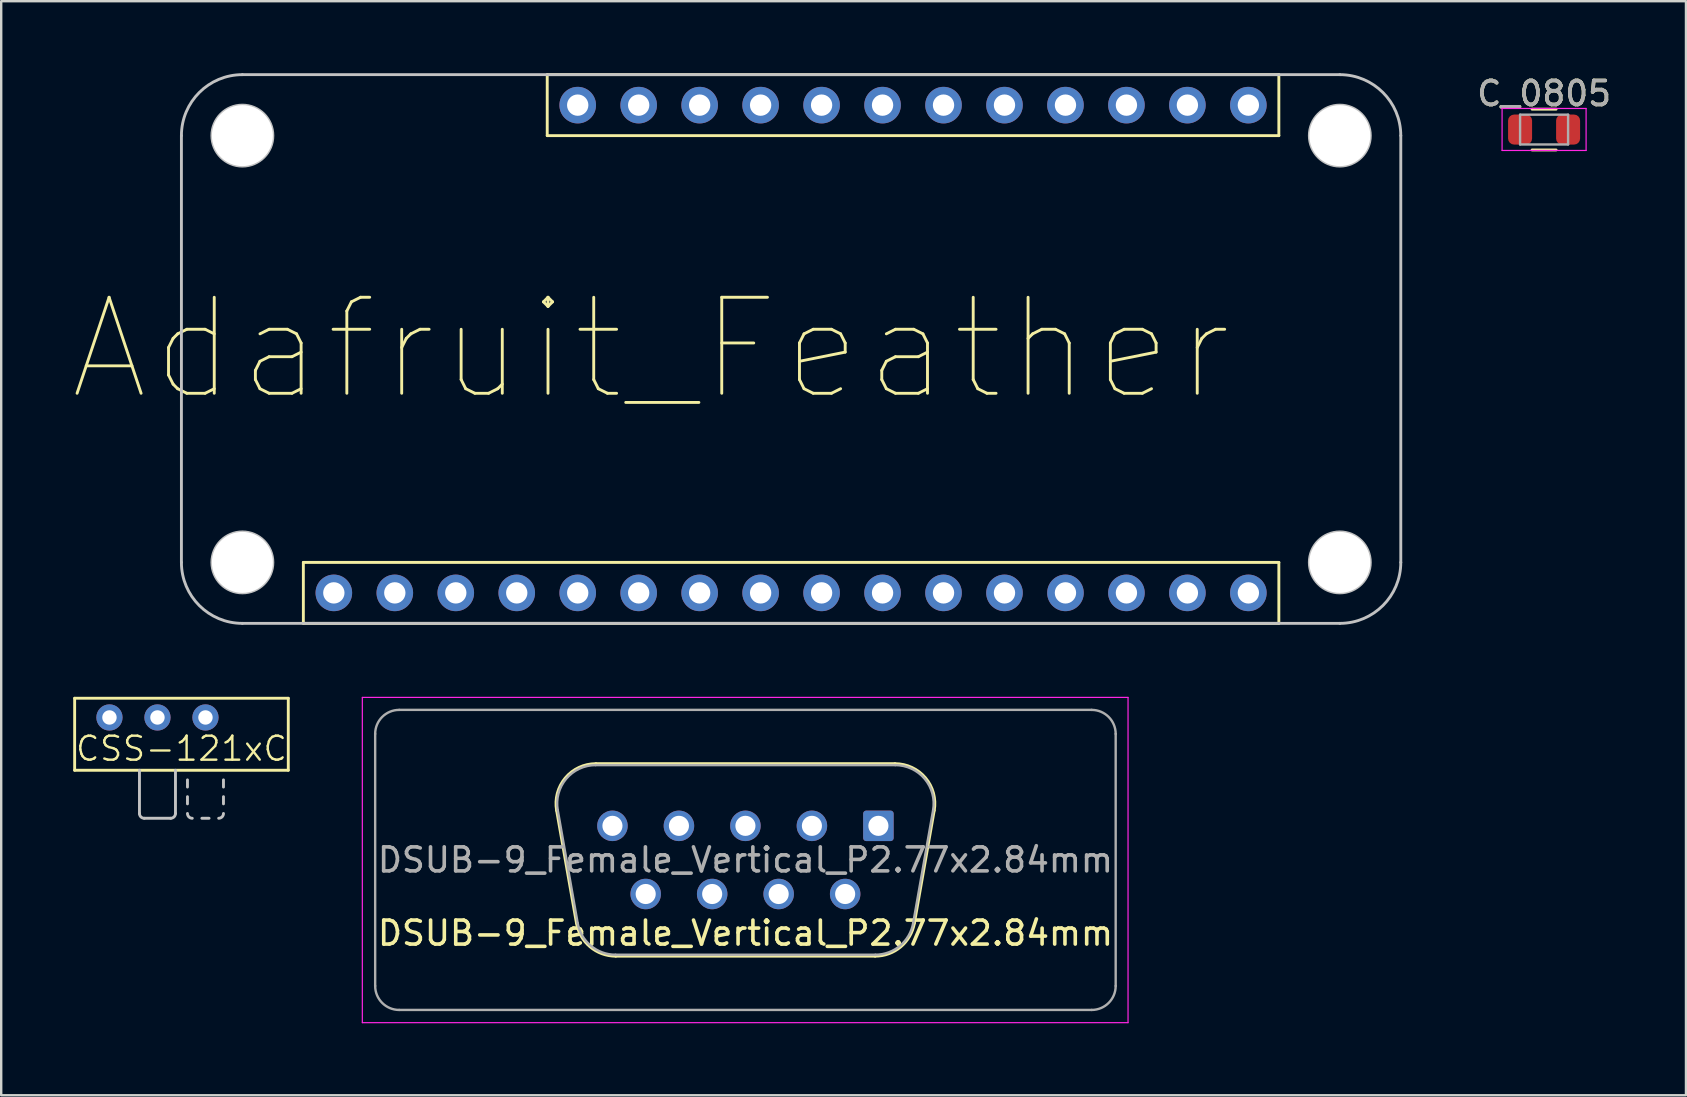
<source format=kicad_pcb>
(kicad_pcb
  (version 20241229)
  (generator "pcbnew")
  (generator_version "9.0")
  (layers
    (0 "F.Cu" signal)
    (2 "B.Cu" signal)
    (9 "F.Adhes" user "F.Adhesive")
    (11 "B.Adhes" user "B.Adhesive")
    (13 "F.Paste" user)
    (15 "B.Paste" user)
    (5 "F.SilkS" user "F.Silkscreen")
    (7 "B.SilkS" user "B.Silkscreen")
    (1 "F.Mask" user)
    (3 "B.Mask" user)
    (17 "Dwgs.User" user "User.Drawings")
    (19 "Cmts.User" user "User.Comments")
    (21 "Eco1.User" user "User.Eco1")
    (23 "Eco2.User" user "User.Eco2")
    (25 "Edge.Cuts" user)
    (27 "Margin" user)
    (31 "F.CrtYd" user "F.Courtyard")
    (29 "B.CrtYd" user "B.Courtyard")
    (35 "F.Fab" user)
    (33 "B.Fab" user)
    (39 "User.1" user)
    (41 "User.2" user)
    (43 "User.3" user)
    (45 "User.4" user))
  (footprint "DSUB-9_Female_Vertical_P2.77x2.84mm"
    (layer "F.Cu")
    (at 33.545 31.355)
    (property "Reference" "DSUB-9_Female_Vertical_P2.77x2.84mm" (at -5.537 4.47 0) (layer "F.SilkS") (effects (font (size 1 1) (thickness 0.15))))
    (attr through_hole)
    (fp_line (start -13.406 -0.642) (end -12.578 4.058) (stroke (width 0.12) (type solid)) (layer "F.SilkS"))
    (fp_line (start -11.772 -2.59) (end 0.692 -2.59) (stroke (width 0.12) (type solid)) (layer "F.SilkS"))
    (fp_line (start -10.943 5.43) (end -0.137 5.43) (stroke (width 0.12) (type solid)) (layer "F.SilkS"))
    (fp_line (start 2.326 -0.642) (end 1.498 4.058) (stroke (width 0.12) (type solid)) (layer "F.SilkS"))
    (fp_arc (start -13.40647 -0.641744) (mid -13.043323 -1.997028) (end -11.771689 -2.59) (stroke (width 0.12) (type solid)) (layer "F.SilkS"))
    (fp_arc (start -10.942952 5.43) (mid -12.009979 5.041634) (end -12.577733 4.058256) (stroke (width 0.12) (type solid)) (layer "F.SilkS"))
    (fp_arc (start 0.691689 -2.59) (mid 1.963323 -1.997027) (end 2.32647 -0.641744) (stroke (width 0.12) (type solid)) (layer "F.SilkS"))
    (fp_arc (start 1.497733 4.058256) (mid 0.92998 5.041634) (end -0.137048 5.43) (stroke (width 0.12) (type solid)) (layer "F.SilkS"))
    (fp_line (start -21.5 -5.35) (end -21.5 8.2) (stroke (width 0.05) (type solid)) (layer "F.CrtYd"))
    (fp_line (start -21.5 8.2) (end 10.4 8.2) (stroke (width 0.05) (type solid)) (layer "F.CrtYd"))
    (fp_line (start 10.4 -5.35) (end -21.5 -5.35) (stroke (width 0.05) (type solid)) (layer "F.CrtYd"))
    (fp_line (start 10.4 8.2) (end 10.4 -5.35) (stroke (width 0.05) (type solid)) (layer "F.CrtYd"))
    (fp_line (start -20.965 6.67) (end -20.965 -3.83) (stroke (width 0.1) (type solid)) (layer "F.Fab"))
    (fp_line (start -19.965 -4.83) (end 8.885 -4.83) (stroke (width 0.1) (type solid)) (layer "F.Fab"))
    (fp_line (start -13.359 -0.652) (end -12.53 4.048) (stroke (width 0.1) (type solid)) (layer "F.Fab"))
    (fp_line (start -11.783 -2.53) (end 0.703 -2.53) (stroke (width 0.1) (type solid)) (layer "F.Fab"))
    (fp_line (start -10.954 5.37) (end -0.126 5.37) (stroke (width 0.1) (type solid)) (layer "F.Fab"))
    (fp_line (start 2.279 -0.652) (end 1.45 4.048) (stroke (width 0.1) (type solid)) (layer "F.Fab"))
    (fp_line (start 8.885 7.67) (end -19.965 7.67) (stroke (width 0.1) (type solid)) (layer "F.Fab"))
    (fp_line (start 9.885 -3.83) (end 9.885 6.67) (stroke (width 0.1) (type solid)) (layer "F.Fab"))
    (fp_arc (start -20.965 -3.83) (mid -20.672107 -4.537107) (end -19.965 -4.83) (stroke (width 0.1) (type solid)) (layer "F.Fab"))
    (fp_arc (start -19.965 7.67) (mid -20.672107 7.377107) (end -20.965 6.67) (stroke (width 0.1) (type solid)) (layer "F.Fab"))
    (fp_arc (start -13.358886 -0.652163) (mid -13.008865 -1.95846) (end -11.783194 -2.53) (stroke (width 0.1) (type solid)) (layer "F.Fab"))
    (fp_arc (start -10.954457 5.37) (mid -11.982917 4.995671) (end -12.530149 4.047837) (stroke (width 0.1) (type solid)) (layer "F.Fab"))
    (fp_arc (start 0.703194 -2.53) (mid 1.928865 -1.95846) (end 2.278886 -0.652163) (stroke (width 0.1) (type solid)) (layer "F.Fab"))
    (fp_arc (start 1.450149 4.047837) (mid 0.902917 4.995671) (end -0.125543 5.37) (stroke (width 0.1) (type solid)) (layer "F.Fab"))
    (fp_arc (start 8.885 -4.83) (mid 9.592107 -4.537107) (end 9.885 -3.83) (stroke (width 0.1) (type solid)) (layer "F.Fab"))
    (fp_arc (start 9.885 6.67) (mid 9.592107 7.377107) (end 8.885 7.67) (stroke (width 0.1) (type solid)) (layer "F.Fab"))
    (fp_text user "${REFERENCE}" (at -5.54 1.42 0) (layer "F.Fab") (effects (font (size 1 1) (thickness 0.15))))
    (pad "1" thru_hole roundrect (at 0 0) (size 1.27 1.27) (drill 0.838) (layers "*.Cu" "*.Mask") (roundrect_rratio 0.1))
    (pad "2" thru_hole circle (at -2.77 0) (size 1.27 1.27) (drill 0.838) (layers "*.Cu" "*.Mask"))
    (pad "3" thru_hole circle (at -5.54 0) (size 1.27 1.27) (drill 0.838) (layers "*.Cu" "*.Mask"))
    (pad "4" thru_hole circle (at -8.31 0) (size 1.27 1.27) (drill 0.838) (layers "*.Cu" "*.Mask"))
    (pad "5" thru_hole circle (at -11.08 0) (size 1.27 1.27) (drill 0.838) (layers "*.Cu" "*.Mask"))
    (pad "6" thru_hole circle (at -1.385 2.84) (size 1.27 1.27) (drill 0.838) (layers "*.Cu" "*.Mask"))
    (pad "7" thru_hole circle (at -4.155 2.84) (size 1.27 1.27) (drill 0.838) (layers "*.Cu" "*.Mask"))
    (pad "8" thru_hole circle (at -6.925 2.84) (size 1.27 1.27) (drill 0.838) (layers "*.Cu" "*.Mask"))
    (pad "9" thru_hole circle (at -9.695 2.84) (size 1.27 1.27) (drill 0.838) (layers "*.Cu" "*.Mask")))
  (footprint "CSS-121xC"
    (layer "F.Cu")
    (at 4.51 26.84)
    (property "Reference" "CSS-121xC" (at 0 1.3 0) (layer "F.SilkS") (effects (font (size 1 1) (thickness 0.1))))
    (attr through_hole)
    (fp_line (start -4.45 -0.8) (end -4.45 2.2) (stroke (width 0.12) (type solid)) (layer "F.SilkS"))
    (fp_line (start -4.45 -0.8) (end 4.45 -0.8) (stroke (width 0.12) (type solid)) (layer "F.SilkS"))
    (fp_line (start -4.45 2.2) (end 4.45 2.2) (stroke (width 0.12) (type solid)) (layer "F.SilkS"))
    (fp_line (start 4.45 -0.8) (end 4.45 2.2) (stroke (width 0.12) (type solid)) (layer "F.SilkS"))
    (fp_line (start -1.75 4) (end -1.75 2.2) (stroke (width 0.12) (type solid)) (layer "Dwgs.User"))
    (fp_line (start -0.45 4.2) (end -1.55 4.2) (stroke (width 0.12) (type solid)) (layer "Dwgs.User"))
    (fp_line (start -0.25 2.2) (end -0.25 4) (stroke (width 0.12) (type solid)) (layer "Dwgs.User"))
    (fp_line (start 0.25 2.9) (end 0.25 2.6) (stroke (width 0.12) (type solid)) (layer "Dwgs.User"))
    (fp_line (start 0.25 3.6) (end 0.25 3.3) (stroke (width 0.12) (type solid)) (layer "Dwgs.User"))
    (fp_line (start 1.15 4.2) (end 0.85 4.2) (stroke (width 0.12) (type solid)) (layer "Dwgs.User"))
    (fp_line (start 1.75 2.6) (end 1.75 2.9) (stroke (width 0.12) (type solid)) (layer "Dwgs.User"))
    (fp_line (start 1.75 3.3) (end 1.75 3.6) (stroke (width 0.12) (type solid)) (layer "Dwgs.User"))
    (fp_arc (start -1.55 4.2) (mid -1.691421 4.141421) (end -1.75 4) (stroke (width 0.12) (type solid)) (layer "Dwgs.User"))
    (fp_arc (start -0.25 4) (mid -0.308579 4.141421) (end -0.45 4.2) (stroke (width 0.12) (type solid)) (layer "Dwgs.User"))
    (fp_arc (start 0.45 4.2) (mid 0.308579 4.141421) (end 0.25 4) (stroke (width 0.12) (type solid)) (layer "Dwgs.User"))
    (fp_arc (start 1.75 4) (mid 1.691421 4.141421) (end 1.55 4.2) (stroke (width 0.12) (type solid)) (layer "Dwgs.User"))
    (pad "1" thru_hole circle (at -3 0) (size 1.092 1.092) (drill 0.6) (layers "*.Cu" "*.Mask"))
    (pad "2" thru_hole circle (at -1 0) (size 1.092 1.092) (drill 0.6) (layers "*.Cu" "*.Mask"))
    (pad "3" thru_hole circle (at 1 0) (size 1.092 1.092) (drill 0.6) (layers "*.Cu" "*.Mask")))
  (footprint "C_0805"
    (layer "F.Cu")
    (at 61.278 2.348)
    (property "Reference" "C_0805" (at 0 -1.5 0) (layer "F.SilkS") (effects (font (size 1 1) (thickness 0.15))))
    (attr smd)
    (fp_line (start -0.5 0.85) (end 0.5 0.85) (stroke (width 0.12) (type solid)) (layer "F.SilkS"))
    (fp_line (start 0.5 -0.85) (end -0.5 -0.85) (stroke (width 0.12) (type solid)) (layer "F.SilkS"))
    (fp_line (start -1.75 -0.88) (end -1.75 0.87) (stroke (width 0.05) (type solid)) (layer "F.CrtYd"))
    (fp_line (start -1.75 -0.88) (end 1.75 -0.88) (stroke (width 0.05) (type solid)) (layer "F.CrtYd"))
    (fp_line (start 1.75 0.87) (end -1.75 0.87) (stroke (width 0.05) (type solid)) (layer "F.CrtYd"))
    (fp_line (start 1.75 0.87) (end 1.75 -0.88) (stroke (width 0.05) (type solid)) (layer "F.CrtYd"))
    (fp_line (start -1 -0.62) (end 1 -0.62) (stroke (width 0.1) (type solid)) (layer "F.Fab"))
    (fp_line (start -1 0.62) (end -1 -0.62) (stroke (width 0.1) (type solid)) (layer "F.Fab"))
    (fp_line (start 1 -0.62) (end 1 0.62) (stroke (width 0.1) (type solid)) (layer "F.Fab"))
    (fp_line (start 1 0.62) (end -1 0.62) (stroke (width 0.1) (type solid)) (layer "F.Fab"))
    (fp_text user "${REFERENCE}" (at 0 -1.5 0) (layer "F.Fab") (effects (font (size 1 1) (thickness 0.15))))
    (pad "1" smd roundrect (at -1 0) (size 1 1.25) (layers "F.Cu" "F.Mask" "F.Paste") (roundrect_rratio 0.25))
    (pad "2" smd roundrect (at 1 0) (size 1 1.25) (layers "F.Cu" "F.Mask" "F.Paste") (roundrect_rratio 0.25)))
  (footprint "Adafruit_Feather"
    (layer "F.Cu")
    (at 29.908 11.49)
    (property "Reference" "Adafruit_Feather" (at -5.842 0 0) (layer "F.SilkS") (effects (font (size 4 4) (thickness 0.12))))
    (attr through_hole)
    (fp_line (start -20.32 8.89) (end -20.32 11.43) (stroke (width 0.12) (type solid)) (layer "F.SilkS"))
    (fp_line (start -20.32 11.43) (end 20.32 11.43) (stroke (width 0.12) (type solid)) (layer "F.SilkS"))
    (fp_line (start -10.16 -11.43) (end -10.16 -8.89) (stroke (width 0.12) (type solid)) (layer "F.SilkS"))
    (fp_line (start -10.16 -8.89) (end 20.32 -8.89) (stroke (width 0.12) (type solid)) (layer "F.SilkS"))
    (fp_line (start 20.32 -11.43) (end -10.16 -11.43) (stroke (width 0.12) (type solid)) (layer "F.SilkS"))
    (fp_line (start 20.32 -8.89) (end 20.32 -11.43) (stroke (width 0.12) (type solid)) (layer "F.SilkS"))
    (fp_line (start 20.32 8.89) (end -20.32 8.89) (stroke (width 0.12) (type solid)) (layer "F.SilkS"))
    (fp_line (start 20.32 11.43) (end 20.32 8.89) (stroke (width 0.12) (type solid)) (layer "F.SilkS"))
    (fp_line (start -25.4 8.89) (end -25.4 -8.89) (stroke (width 0.12) (type solid)) (layer "Dwgs.User"))
    (fp_line (start -22.86 -11.43) (end 22.86 -11.43) (stroke (width 0.12) (type solid)) (layer "Dwgs.User"))
    (fp_line (start 22.86 11.43) (end -22.86 11.43) (stroke (width 0.12) (type solid)) (layer "Dwgs.User"))
    (fp_line (start 25.4 -8.89) (end 25.4 8.89) (stroke (width 0.12) (type solid)) (layer "Dwgs.User"))
    (fp_arc (start -25.4 -8.89) (mid -24.656051 -10.686051) (end -22.86 -11.43) (stroke (width 0.12) (type solid)) (layer "Dwgs.User"))
    (fp_arc (start -22.86 11.43) (mid -24.656051 10.686051) (end -25.4 8.89) (stroke (width 0.12) (type solid)) (layer "Dwgs.User"))
    (fp_arc (start 22.86 -11.43) (mid 24.656051 -10.686051) (end 25.4 -8.89) (stroke (width 0.12) (type solid)) (layer "Dwgs.User"))
    (fp_arc (start 25.4 8.89) (mid 24.656051 10.686051) (end 22.86 11.43) (stroke (width 0.12) (type solid)) (layer "Dwgs.User"))
    (fp_circle (center -22.86 -8.89) (end -21.59 -8.89) (stroke (width 0.12) (type solid)) (fill no) (layer "Dwgs.User"))
    (fp_circle (center -22.86 8.89) (end -21.59 8.89) (stroke (width 0.12) (type solid)) (fill no) (layer "Dwgs.User"))
    (fp_circle (center 22.86 -8.89) (end 24.13 -8.89) (stroke (width 0.12) (type solid)) (fill no) (layer "Dwgs.User"))
    (fp_circle (center 22.86 8.89) (end 24.13 8.89) (stroke (width 0.12) (type solid)) (fill no) (layer "Dwgs.User"))
    (pad "" np_thru_hole circle (at -22.86 -8.89) (size 2.54 2.54) (drill 2.54) (layers "*.Cu" "*.Mask"))
    (pad "" np_thru_hole circle (at -22.86 8.89) (size 2.54 2.54) (drill 2.54) (layers "*.Cu" "*.Mask"))
    (pad "" np_thru_hole circle (at 22.86 -8.89) (size 2.54 2.54) (drill 2.54) (layers "*.Cu" "*.Mask"))
    (pad "" np_thru_hole circle (at 22.86 8.89) (size 2.54 2.54) (drill 2.54) (layers "*.Cu" "*.Mask"))
    (pad "1" thru_hole circle (at -19.05 10.16) (size 1.524 1.524) (drill 0.889) (layers "*.Cu" "*.Mask"))
    (pad "2" thru_hole circle (at -16.51 10.16) (size 1.524 1.524) (drill 0.889) (layers "*.Cu" "*.Mask"))
    (pad "3" thru_hole circle (at -13.97 10.16) (size 1.524 1.524) (drill 0.889) (layers "*.Cu" "*.Mask"))
    (pad "4" thru_hole circle (at -11.43 10.16) (size 1.524 1.524) (drill 0.889) (layers "*.Cu" "*.Mask"))
    (pad "5" thru_hole circle (at -8.89 10.16) (size 1.524 1.524) (drill 0.889) (layers "*.Cu" "*.Mask"))
    (pad "6" thru_hole circle (at -6.35 10.16) (size 1.524 1.524) (drill 0.889) (layers "*.Cu" "*.Mask"))
    (pad "7" thru_hole circle (at -3.81 10.16) (size 1.524 1.524) (drill 0.889) (layers "*.Cu" "*.Mask"))
    (pad "8" thru_hole circle (at -1.27 10.16) (size 1.524 1.524) (drill 0.889) (layers "*.Cu" "*.Mask"))
    (pad "9" thru_hole circle (at 1.27 10.16) (size 1.524 1.524) (drill 0.889) (layers "*.Cu" "*.Mask"))
    (pad "10" thru_hole circle (at 3.81 10.16) (size 1.524 1.524) (drill 0.889) (layers "*.Cu" "*.Mask"))
    (pad "11" thru_hole circle (at 6.35 10.16) (size 1.524 1.524) (drill 0.889) (layers "*.Cu" "*.Mask"))
    (pad "12" thru_hole circle (at 8.89 10.16) (size 1.524 1.524) (drill 0.889) (layers "*.Cu" "*.Mask"))
    (pad "13" thru_hole circle (at 11.43 10.16) (size 1.524 1.524) (drill 0.889) (layers "*.Cu" "*.Mask"))
    (pad "14" thru_hole circle (at 13.97 10.16) (size 1.524 1.524) (drill 0.889) (layers "*.Cu" "*.Mask"))
    (pad "15" thru_hole circle (at 16.51 10.16) (size 1.524 1.524) (drill 0.889) (layers "*.Cu" "*.Mask"))
    (pad "16" thru_hole circle (at 19.05 10.16) (size 1.524 1.524) (drill 0.889) (layers "*.Cu" "*.Mask"))
    (pad "17" thru_hole circle (at 19.05 -10.16) (size 1.524 1.524) (drill 0.889) (layers "*.Cu" "*.Mask"))
    (pad "18" thru_hole circle (at 16.51 -10.16) (size 1.524 1.524) (drill 0.889) (layers "*.Cu" "*.Mask"))
    (pad "19" thru_hole circle (at 13.97 -10.16) (size 1.524 1.524) (drill 0.889) (layers "*.Cu" "*.Mask"))
    (pad "20" thru_hole circle (at 11.43 -10.16) (size 1.524 1.524) (drill 0.889) (layers "*.Cu" "*.Mask"))
    (pad "21" thru_hole circle (at 8.89 -10.16) (size 1.524 1.524) (drill 0.889) (layers "*.Cu" "*.Mask"))
    (pad "22" thru_hole circle (at 6.35 -10.16) (size 1.524 1.524) (drill 0.889) (layers "*.Cu" "*.Mask"))
    (pad "23" thru_hole circle (at 3.81 -10.16) (size 1.524 1.524) (drill 0.889) (layers "*.Cu" "*.Mask"))
    (pad "24" thru_hole circle (at 1.27 -10.16) (size 1.524 1.524) (drill 0.889) (layers "*.Cu" "*.Mask"))
    (pad "25" thru_hole circle (at -1.27 -10.16) (size 1.524 1.524) (drill 0.889) (layers "*.Cu" "*.Mask"))
    (pad "26" thru_hole circle (at -3.81 -10.16) (size 1.524 1.524) (drill 0.889) (layers "*.Cu" "*.Mask"))
    (pad "27" thru_hole circle (at -6.35 -10.16) (size 1.524 1.524) (drill 0.889) (layers "*.Cu" "*.Mask"))
    (pad "28" thru_hole circle (at -8.89 -10.16) (size 1.524 1.524) (drill 0.889) (layers "*.Cu" "*.Mask")))
  (gr_rect
    (start -3 -3)
    (end 67.189 42.58)
    (stroke (width 0.1) (type default))
    (fill no)
    (layer "Edge.Cuts")))
</source>
